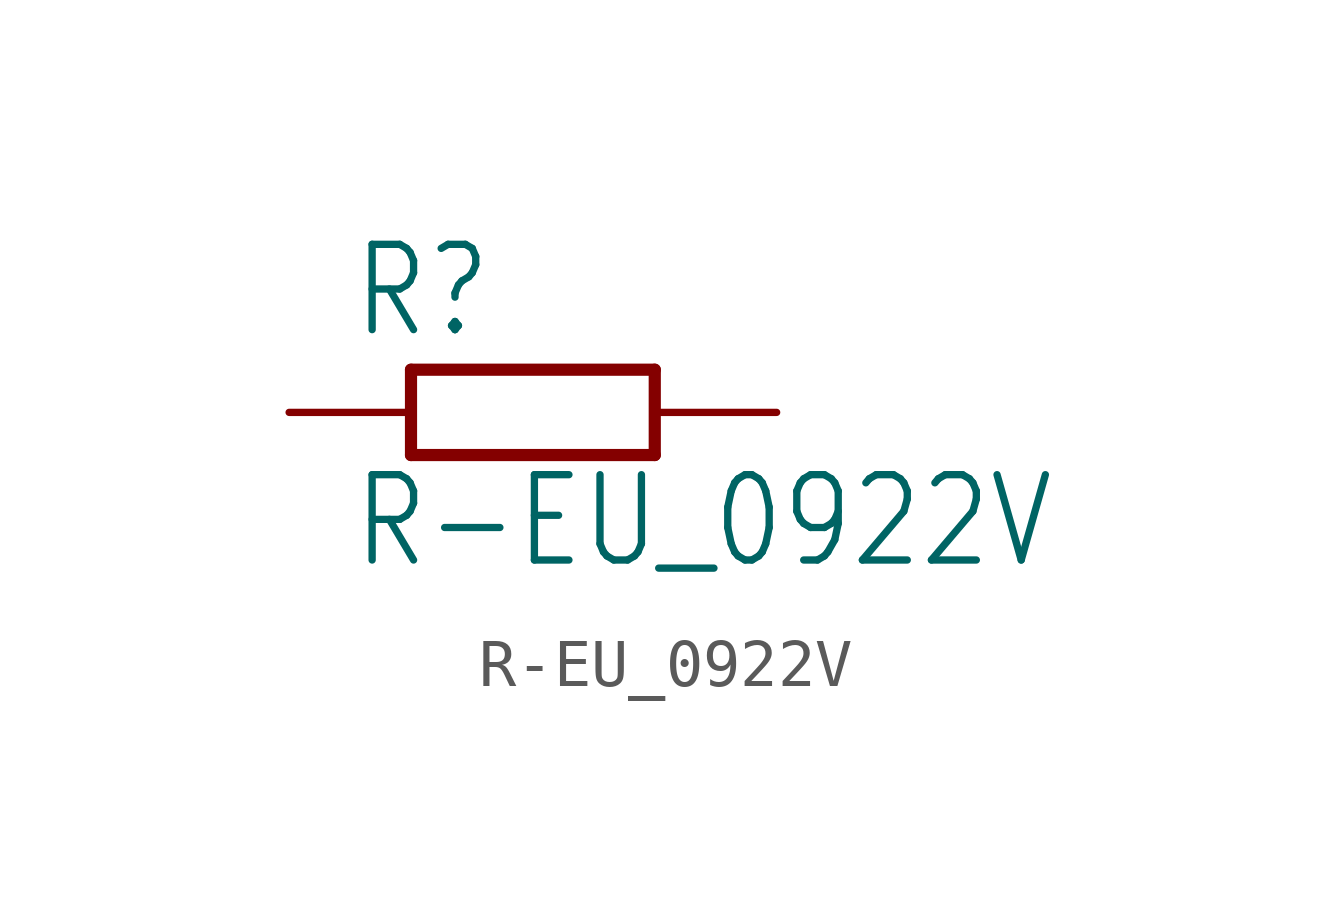
<source format=kicad_sym>
(kicad_symbol_lib
  (version 20210619)
  (generator kicad_symbol_editor)
  (symbol "R-EU_0922V"
    (property "Reference" "R"
      (at -3.81 1.499 0)
      (effects (font (size 1.778 1.511)) (justify left bottom)))
    (property "Value" "R-EU_0922V"
      (at -3.81 -3.302 0)
      (effects (font (size 1.778 1.511)) (justify left bottom)))
    (property "ki_locked" ""
      (at 0 0 0)
      (effects (font (size 1.27 1.27))))
    (symbol "R-EU_0922V_1_0"
      (polyline (pts (xy -2.54 -0.889) (xy -2.54 0.889)) (stroke (width 0.254)) (fill (type none)))
      (polyline (pts (xy -2.54 -0.889) (xy 2.54 -0.889)) (stroke (width 0.254)) (fill (type none)))
      (polyline (pts (xy 2.54 -0.889) (xy 2.54 0.889)) (stroke (width 0.254)) (fill (type none)))
      (polyline (pts (xy 2.54 0.889) (xy -2.54 0.889)) (stroke (width 0.254)) (fill (type none)))
      (pin passive line (at -5.08 0 0) (length 2.54) (name "1" (effects (font (size 0 0)))) (number "1" (effects (font (size 0 0)))))
      (pin passive line (at 5.08 0 180) (length 2.54) (name "2" (effects (font (size 0 0)))) (number "2" (effects (font (size 0 0))))))))
</source>
